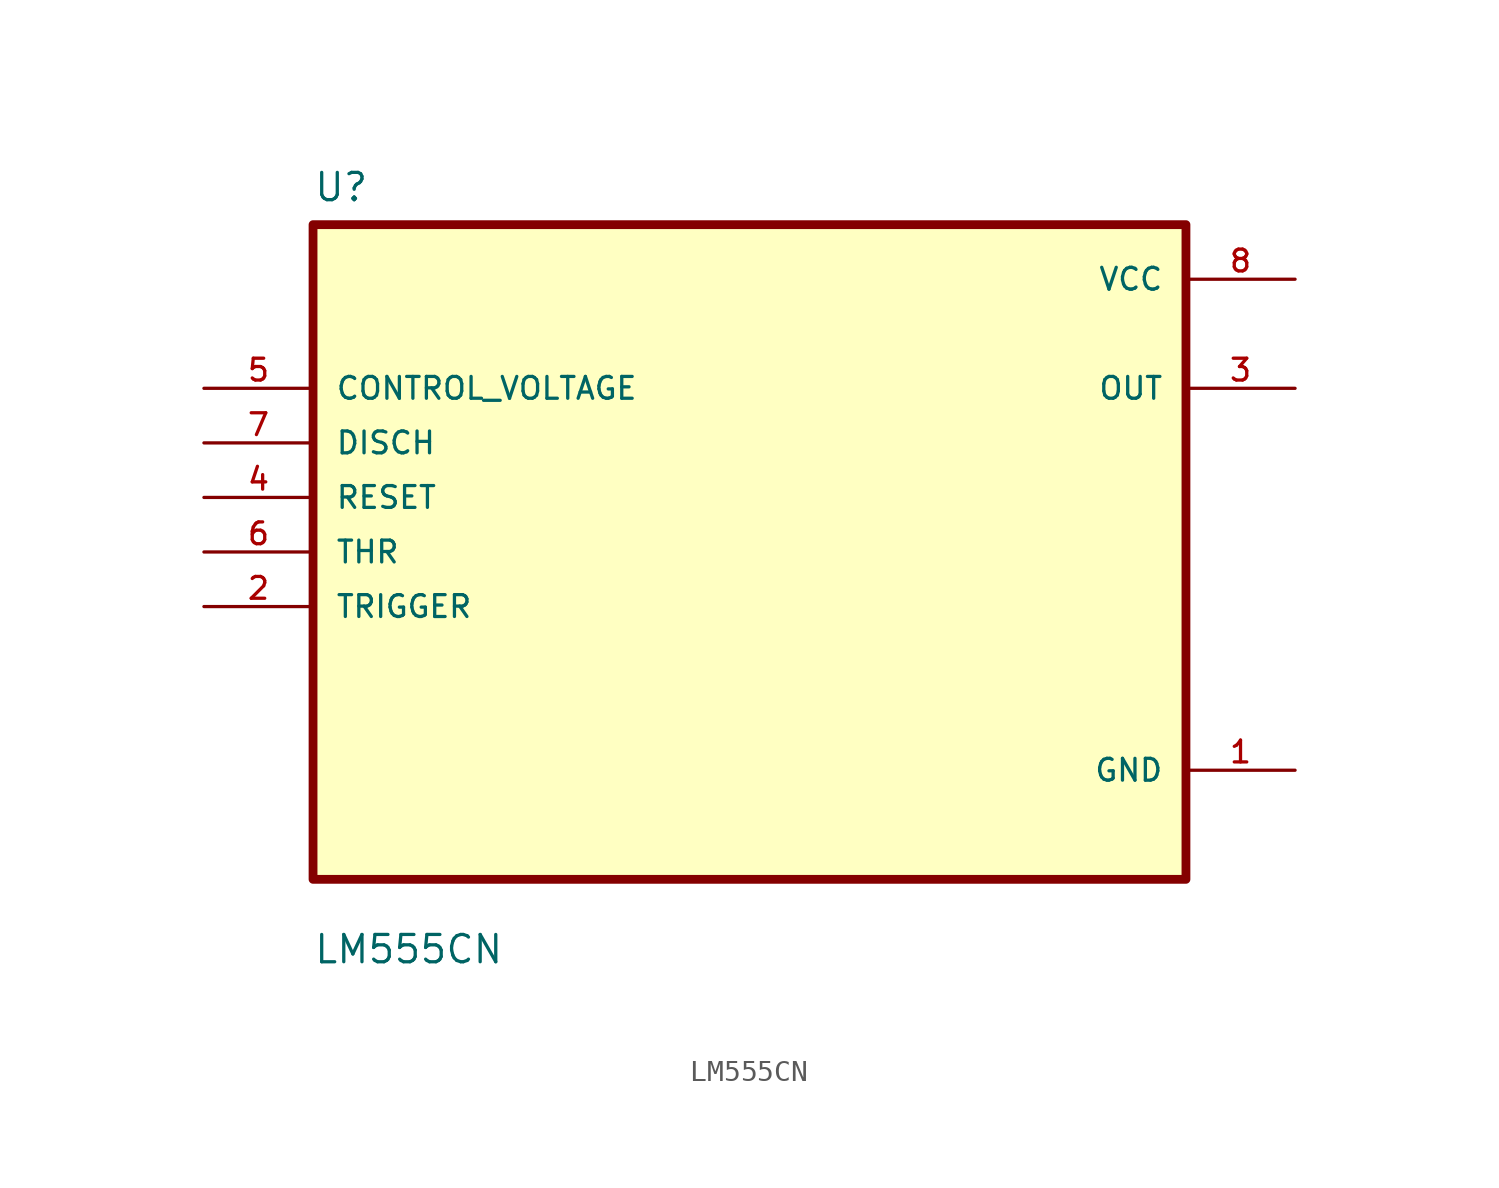
<source format=kicad_sym>
(kicad_symbol_lib
  (version 20211014)
  (generator kicad_symbol_editor)
  (symbol "LM555CN"
    (pin_names
      (offset 1.016))
    (property "Reference" "U"
      (at -20.32 16.24 0.0)
      (effects (font (size 1.27 1.27)) (justify bottom left)))
    (property "Value" "LM555CN"
      (at -20.32 -19.24 0.0)
      (effects (font (size 1.27 1.27)) (justify bottom left)))
    (symbol "LM555CN_0_0"
      (rectangle (start -20.32 -15.24) (end 20.32 15.24) (stroke (width 0.41)) (fill (type background)))
      (pin input line (at -25.4 7.62 0) (length 5.08) (name "CONTROL_VOLTAGE" (effects (font (size 1.016 1.016)))) (number "5" (effects (font (size 1.016 1.016)))))
      (pin input line (at -25.4 5.08 0) (length 5.08) (name "DISCH" (effects (font (size 1.016 1.016)))) (number "7" (effects (font (size 1.016 1.016)))))
      (pin input line (at -25.4 2.54 0) (length 5.08) (name "RESET" (effects (font (size 1.016 1.016)))) (number "4" (effects (font (size 1.016 1.016)))))
      (pin input line (at -25.4 0.0 0) (length 5.08) (name "THR" (effects (font (size 1.016 1.016)))) (number "6" (effects (font (size 1.016 1.016)))))
      (pin input line (at -25.4 -2.54 0) (length 5.08) (name "TRIGGER" (effects (font (size 1.016 1.016)))) (number "2" (effects (font (size 1.016 1.016)))))
      (pin power_in line (at 25.4 12.7 180.0) (length 5.08) (name "VCC" (effects (font (size 1.016 1.016)))) (number "8" (effects (font (size 1.016 1.016)))))
      (pin output line (at 25.4 7.62 180.0) (length 5.08) (name "OUT" (effects (font (size 1.016 1.016)))) (number "3" (effects (font (size 1.016 1.016)))))
      (pin power_in line (at 25.4 -10.16 180.0) (length 5.08) (name "GND" (effects (font (size 1.016 1.016)))) (number "1" (effects (font (size 1.016 1.016))))))))
</source>
